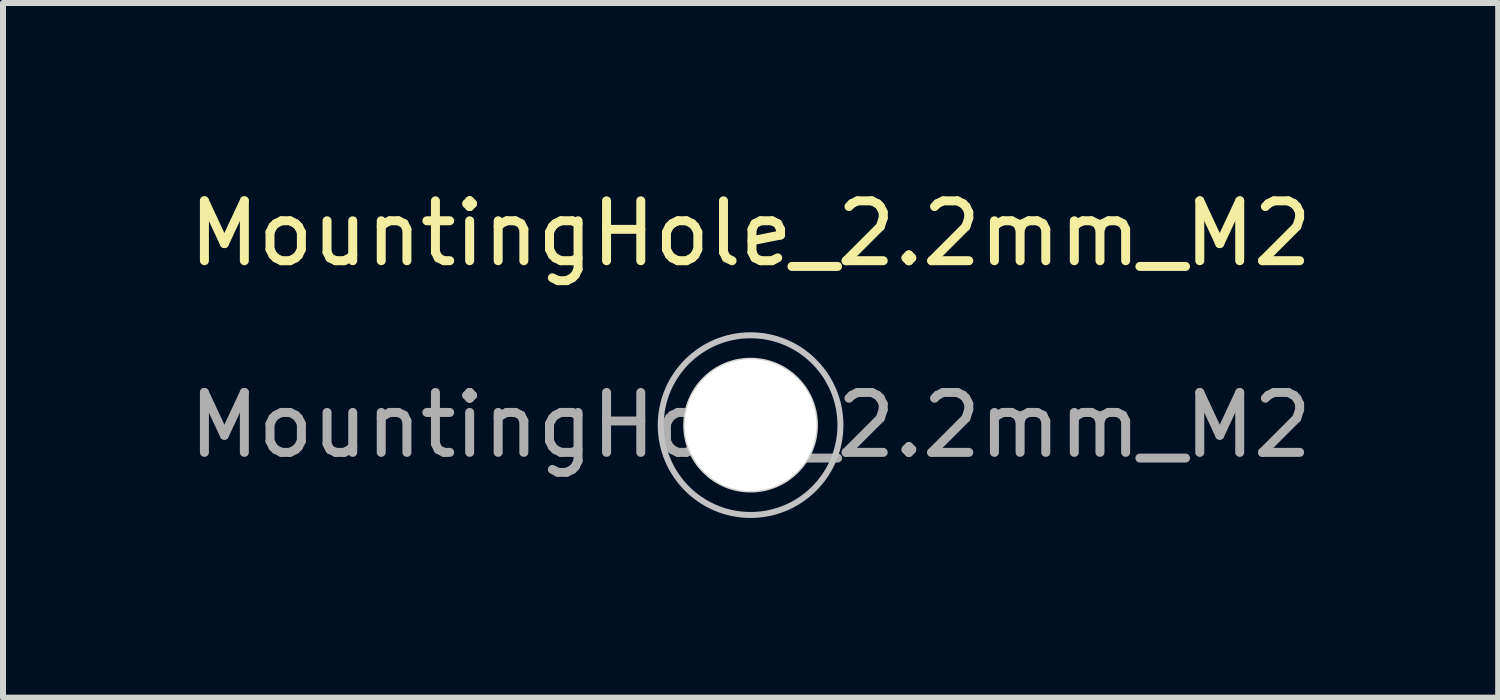
<source format=kicad_pcb>
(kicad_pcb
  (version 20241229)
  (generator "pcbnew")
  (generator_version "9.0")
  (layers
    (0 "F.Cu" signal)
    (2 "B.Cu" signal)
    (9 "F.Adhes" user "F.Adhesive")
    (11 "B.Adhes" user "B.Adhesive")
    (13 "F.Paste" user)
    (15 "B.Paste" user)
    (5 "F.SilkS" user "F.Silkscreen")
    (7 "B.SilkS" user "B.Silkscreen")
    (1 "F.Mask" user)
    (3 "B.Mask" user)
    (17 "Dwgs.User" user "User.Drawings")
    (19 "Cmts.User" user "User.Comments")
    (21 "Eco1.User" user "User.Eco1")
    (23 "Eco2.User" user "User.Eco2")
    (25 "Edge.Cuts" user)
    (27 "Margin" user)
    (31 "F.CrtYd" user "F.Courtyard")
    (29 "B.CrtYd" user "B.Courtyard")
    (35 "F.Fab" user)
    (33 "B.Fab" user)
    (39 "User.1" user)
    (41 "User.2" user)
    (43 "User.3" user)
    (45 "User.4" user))
  (footprint "MountingHole_2.2mm_M2"
    (layer "F.Cu")
    (at 9.482 4.048)
    (property "Reference" "MountingHole_2.2mm_M2" (at 0 -3.2 0) (layer "F.SilkS") (effects (font (size 1 1) (thickness 0.15))))
    (attr exclude_from_pos_files exclude_from_bom)
    (fp_circle (center 0 0) (end 1.5 0) (stroke (width 0.1) (type default)) (fill no) (layer "Dwgs.User"))
    (fp_circle (center 0 0) (end 1.1 0) (stroke (width 0.05) (type solid)) (fill no) (layer "Edge.Cuts"))
    (fp_circle (center 0 0) (end 1.5 0) (stroke (width 0.05) (type solid)) (fill no) (layer "F.CrtYd"))
    (fp_text user "${REFERENCE}" (at 0 0 0) (layer "F.Fab") (effects (font (size 1 1) (thickness 0.15))))
    (pad "" np_thru_hole circle (at 0 0) (size 2.2 2.2) (drill 2.2) (layers "*.Cu" "*.Mask")))
  (gr_rect
    (start -3 -3)
    (end 21.964 8.598)
    (stroke (width 0.1) (type default))
    (fill no)
    (layer "Edge.Cuts")))
</source>
